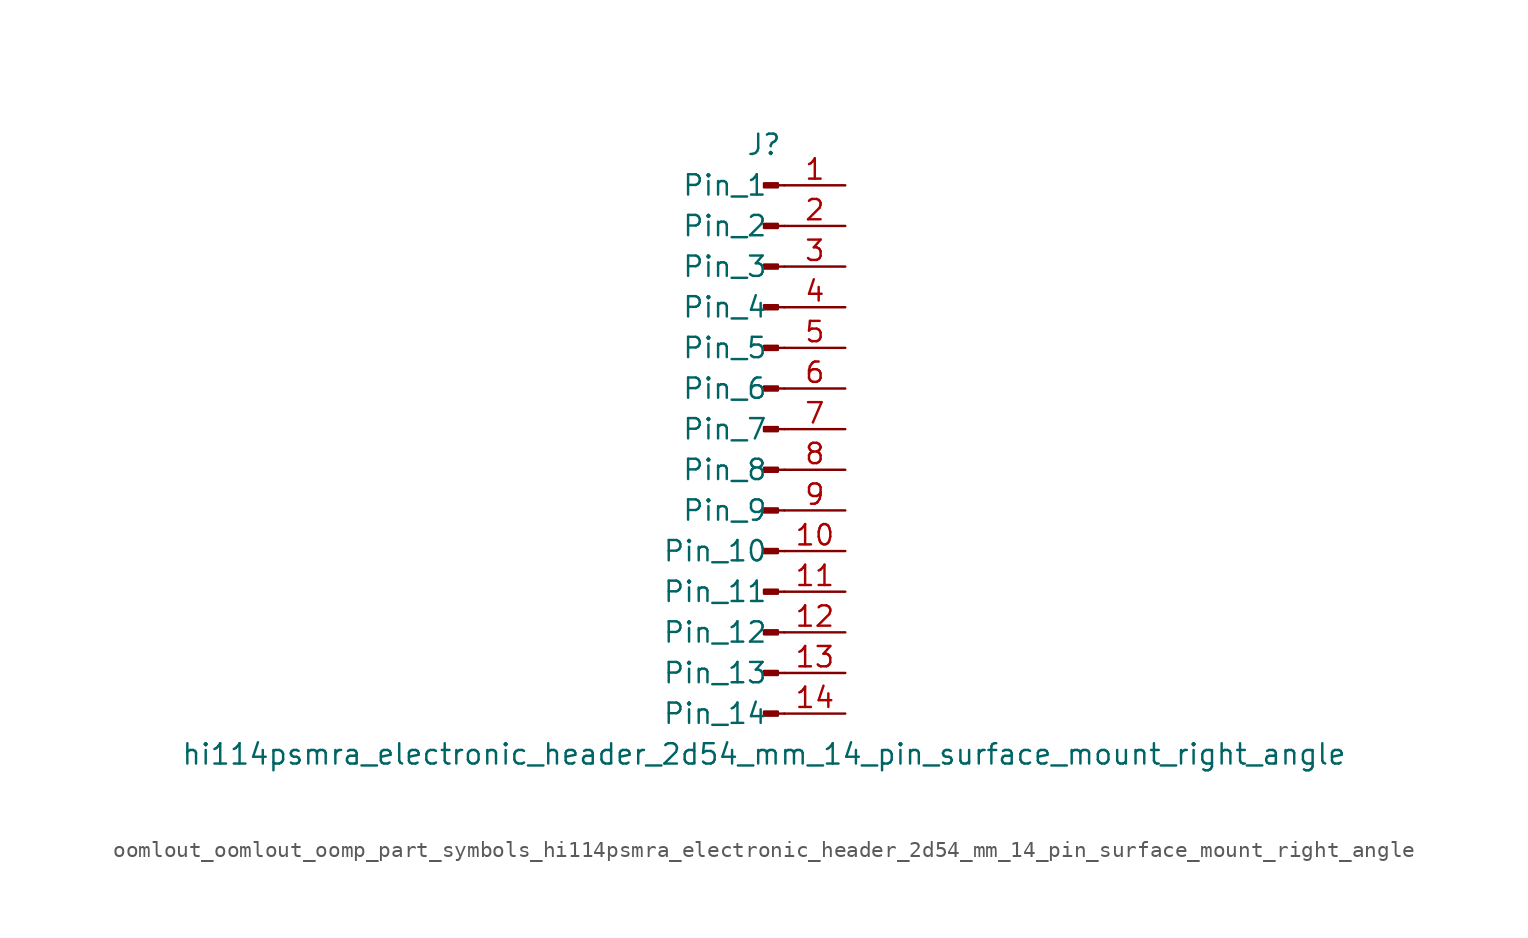
<source format=kicad_sym>
(kicad_symbol_lib
  (version 20220914)
  (generator kicad_symbol_editor)
  (symbol "oomlout_oomlout_oomp_part_symbols_hi114psmra_electronic_header_2d54_mm_14_pin_surface_mount_right_angle"
    (pin_names
      (offset 1.016))
    (property "Reference" "J"
      (at 0 17.78 0)
      (effects (font (size 1.27 1.27))))
    (property "Value" "hi114psmra_electronic_header_2d54_mm_14_pin_surface_mount_right_angle"
      (at 0 -20.32 0)
      (effects (font (size 1.27 1.27))))
    (property "ki_locked" ""
      (at 0 0 0)
      (effects (font (size 1.27 1.27))))
    (symbol "oomlout_oomlout_oomp_part_symbols_hi114psmra_electronic_header_2d54_mm_14_pin_surface_mount_right_angle_1_1"
      (polyline (pts (xy 1.27 -17.78) (xy 0.864 -17.78)) (stroke (width 0.152) (type default)) (fill (type none)))
      (polyline (pts (xy 1.27 -15.24) (xy 0.864 -15.24)) (stroke (width 0.152) (type default)) (fill (type none)))
      (polyline (pts (xy 1.27 -12.7) (xy 0.864 -12.7)) (stroke (width 0.152) (type default)) (fill (type none)))
      (polyline (pts (xy 1.27 -10.16) (xy 0.864 -10.16)) (stroke (width 0.152) (type default)) (fill (type none)))
      (polyline (pts (xy 1.27 -7.62) (xy 0.864 -7.62)) (stroke (width 0.152) (type default)) (fill (type none)))
      (polyline (pts (xy 1.27 -5.08) (xy 0.864 -5.08)) (stroke (width 0.152) (type default)) (fill (type none)))
      (polyline (pts (xy 1.27 -2.54) (xy 0.864 -2.54)) (stroke (width 0.152) (type default)) (fill (type none)))
      (polyline (pts (xy 1.27 0) (xy 0.864 0)) (stroke (width 0.152) (type default)) (fill (type none)))
      (polyline (pts (xy 1.27 2.54) (xy 0.864 2.54)) (stroke (width 0.152) (type default)) (fill (type none)))
      (polyline (pts (xy 1.27 5.08) (xy 0.864 5.08)) (stroke (width 0.152) (type default)) (fill (type none)))
      (polyline (pts (xy 1.27 7.62) (xy 0.864 7.62)) (stroke (width 0.152) (type default)) (fill (type none)))
      (polyline (pts (xy 1.27 10.16) (xy 0.864 10.16)) (stroke (width 0.152) (type default)) (fill (type none)))
      (polyline (pts (xy 1.27 12.7) (xy 0.864 12.7)) (stroke (width 0.152) (type default)) (fill (type none)))
      (polyline (pts (xy 1.27 15.24) (xy 0.864 15.24)) (stroke (width 0.152) (type default)) (fill (type none)))
      (rectangle (start 0.864 -17.653) (end 0 -17.907) (stroke (width 0.152) (type default)) (fill (type outline)))
      (rectangle (start 0.864 -15.113) (end 0 -15.367) (stroke (width 0.152) (type default)) (fill (type outline)))
      (rectangle (start 0.864 -12.573) (end 0 -12.827) (stroke (width 0.152) (type default)) (fill (type outline)))
      (rectangle (start 0.864 -10.033) (end 0 -10.287) (stroke (width 0.152) (type default)) (fill (type outline)))
      (rectangle (start 0.864 -7.493) (end 0 -7.747) (stroke (width 0.152) (type default)) (fill (type outline)))
      (rectangle (start 0.864 -4.953) (end 0 -5.207) (stroke (width 0.152) (type default)) (fill (type outline)))
      (rectangle (start 0.864 -2.413) (end 0 -2.667) (stroke (width 0.152) (type default)) (fill (type outline)))
      (rectangle (start 0.864 0.127) (end 0 -0.127) (stroke (width 0.152) (type default)) (fill (type outline)))
      (rectangle (start 0.864 2.667) (end 0 2.413) (stroke (width 0.152) (type default)) (fill (type outline)))
      (rectangle (start 0.864 5.207) (end 0 4.953) (stroke (width 0.152) (type default)) (fill (type outline)))
      (rectangle (start 0.864 7.747) (end 0 7.493) (stroke (width 0.152) (type default)) (fill (type outline)))
      (rectangle (start 0.864 10.287) (end 0 10.033) (stroke (width 0.152) (type default)) (fill (type outline)))
      (rectangle (start 0.864 12.827) (end 0 12.573) (stroke (width 0.152) (type default)) (fill (type outline)))
      (rectangle (start 0.864 15.367) (end 0 15.113) (stroke (width 0.152) (type default)) (fill (type outline)))
      (pin passive line (at 5.08 15.24 180) (length 3.81) (name "Pin_1" (effects (font (size 1.27 1.27)))) (number "1" (effects (font (size 1.27 1.27)))))
      (pin passive line (at 5.08 -7.62 180) (length 3.81) (name "Pin_10" (effects (font (size 1.27 1.27)))) (number "10" (effects (font (size 1.27 1.27)))))
      (pin passive line (at 5.08 -10.16 180) (length 3.81) (name "Pin_11" (effects (font (size 1.27 1.27)))) (number "11" (effects (font (size 1.27 1.27)))))
      (pin passive line (at 5.08 -12.7 180) (length 3.81) (name "Pin_12" (effects (font (size 1.27 1.27)))) (number "12" (effects (font (size 1.27 1.27)))))
      (pin passive line (at 5.08 -15.24 180) (length 3.81) (name "Pin_13" (effects (font (size 1.27 1.27)))) (number "13" (effects (font (size 1.27 1.27)))))
      (pin passive line (at 5.08 -17.78 180) (length 3.81) (name "Pin_14" (effects (font (size 1.27 1.27)))) (number "14" (effects (font (size 1.27 1.27)))))
      (pin passive line (at 5.08 12.7 180) (length 3.81) (name "Pin_2" (effects (font (size 1.27 1.27)))) (number "2" (effects (font (size 1.27 1.27)))))
      (pin passive line (at 5.08 10.16 180) (length 3.81) (name "Pin_3" (effects (font (size 1.27 1.27)))) (number "3" (effects (font (size 1.27 1.27)))))
      (pin passive line (at 5.08 7.62 180) (length 3.81) (name "Pin_4" (effects (font (size 1.27 1.27)))) (number "4" (effects (font (size 1.27 1.27)))))
      (pin passive line (at 5.08 5.08 180) (length 3.81) (name "Pin_5" (effects (font (size 1.27 1.27)))) (number "5" (effects (font (size 1.27 1.27)))))
      (pin passive line (at 5.08 2.54 180) (length 3.81) (name "Pin_6" (effects (font (size 1.27 1.27)))) (number "6" (effects (font (size 1.27 1.27)))))
      (pin passive line (at 5.08 0 180) (length 3.81) (name "Pin_7" (effects (font (size 1.27 1.27)))) (number "7" (effects (font (size 1.27 1.27)))))
      (pin passive line (at 5.08 -2.54 180) (length 3.81) (name "Pin_8" (effects (font (size 1.27 1.27)))) (number "8" (effects (font (size 1.27 1.27)))))
      (pin passive line (at 5.08 -5.08 180) (length 3.81) (name "Pin_9" (effects (font (size 1.27 1.27)))) (number "9" (effects (font (size 1.27 1.27))))))))
</source>
